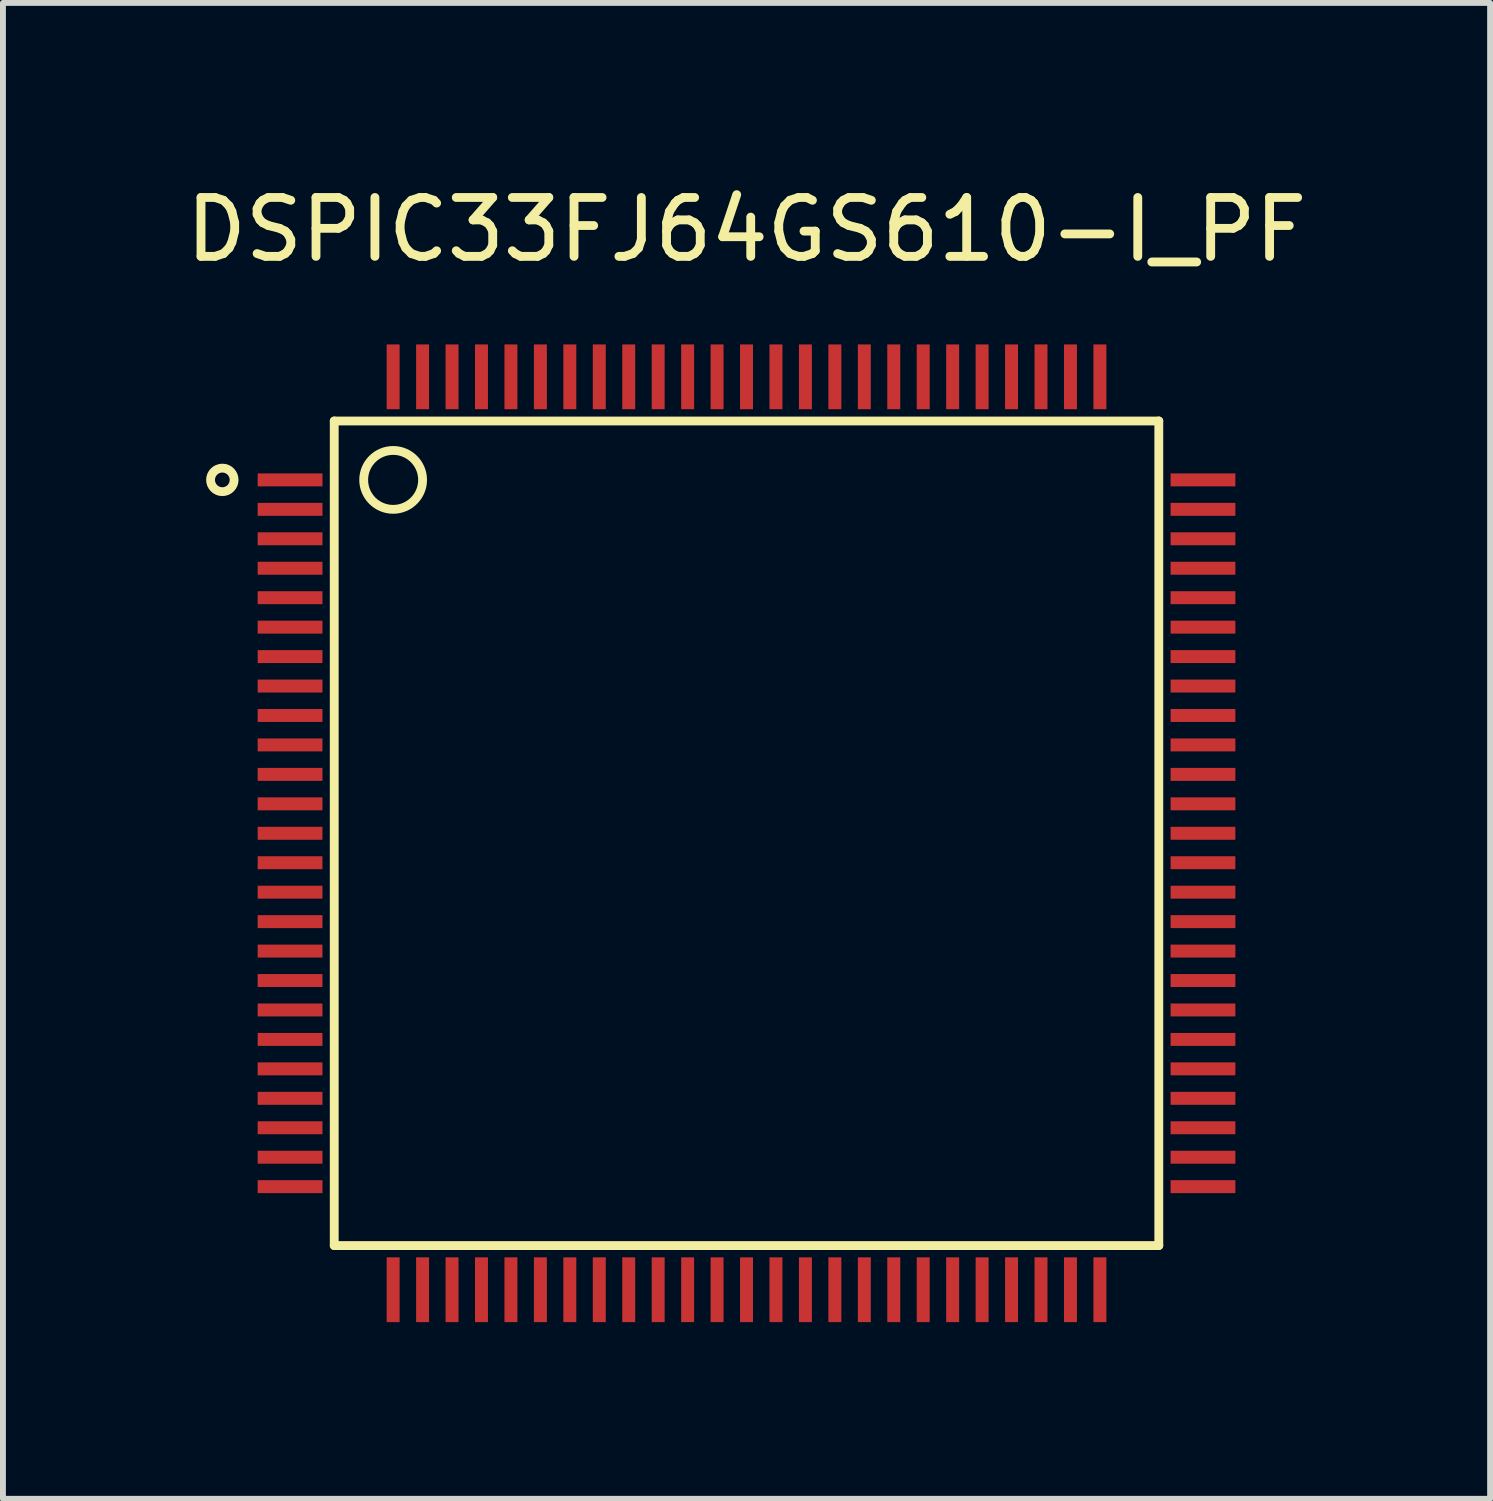
<source format=kicad_pcb>
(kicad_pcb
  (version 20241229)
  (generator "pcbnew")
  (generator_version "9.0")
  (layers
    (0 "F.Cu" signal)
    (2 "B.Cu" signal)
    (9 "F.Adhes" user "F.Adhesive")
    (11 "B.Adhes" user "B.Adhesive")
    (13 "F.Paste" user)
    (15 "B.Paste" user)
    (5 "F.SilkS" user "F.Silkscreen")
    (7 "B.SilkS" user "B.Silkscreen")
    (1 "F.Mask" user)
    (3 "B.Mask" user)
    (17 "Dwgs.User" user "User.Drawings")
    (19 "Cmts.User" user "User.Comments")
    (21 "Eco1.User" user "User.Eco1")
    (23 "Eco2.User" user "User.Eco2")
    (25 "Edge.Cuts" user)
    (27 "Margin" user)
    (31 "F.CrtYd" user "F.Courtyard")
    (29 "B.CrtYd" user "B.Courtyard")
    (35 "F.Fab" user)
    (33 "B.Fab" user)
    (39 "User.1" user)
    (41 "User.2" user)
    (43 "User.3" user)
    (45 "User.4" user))
  (footprint "DSPIC33FJ64GS610-I_PF"
    (layer "F.Cu")
    (at 1.875 3.348)
    (property "Reference" "DSPIC33FJ64GS610-I_PF" (at 7.75 -2.5 0) (layer "F.SilkS") (effects (font (size 1 1) (thickness 0.15))))
    (attr through_hole)
    (fp_line (start 0.75 0.75) (end 0.75 14.75) (stroke (width 0.15) (type solid)) (layer "F.SilkS"))
    (fp_line (start 0.75 0.75) (end 14.75 0.75) (stroke (width 0.15) (type solid)) (layer "F.SilkS"))
    (fp_line (start 0.75 14.75) (end 14.75 14.75) (stroke (width 0.15) (type solid)) (layer "F.SilkS"))
    (fp_line (start 14.75 14.75) (end 14.75 0.75) (stroke (width 0.15) (type solid)) (layer "F.SilkS"))
    (fp_circle (center -1.15 1.75) (end -1.15 1.55) (stroke (width 0.15) (type solid)) (fill no) (layer "F.SilkS"))
    (fp_circle (center 1.75 1.75) (end 1.75 1.25) (stroke (width 0.15) (type solid)) (fill no) (layer "F.SilkS"))
    (pad "1" smd rect (at 0 1.75) (size 1.1 0.22) (layers "F.Cu" "F.Mask" "F.Paste"))
    (pad "2" smd rect (at 0 2.25) (size 1.1 0.22) (layers "F.Cu" "F.Mask" "F.Paste"))
    (pad "3" smd rect (at 0 2.75) (size 1.1 0.22) (layers "F.Cu" "F.Mask" "F.Paste"))
    (pad "4" smd rect (at 0 3.25) (size 1.1 0.22) (layers "F.Cu" "F.Mask" "F.Paste"))
    (pad "5" smd rect (at 0 3.75) (size 1.1 0.22) (layers "F.Cu" "F.Mask" "F.Paste"))
    (pad "6" smd rect (at 0 4.25) (size 1.1 0.22) (layers "F.Cu" "F.Mask" "F.Paste"))
    (pad "7" smd rect (at 0 4.75) (size 1.1 0.22) (layers "F.Cu" "F.Mask" "F.Paste"))
    (pad "8" smd rect (at 0 5.25) (size 1.1 0.22) (layers "F.Cu" "F.Mask" "F.Paste"))
    (pad "9" smd rect (at 0 5.75) (size 1.1 0.22) (layers "F.Cu" "F.Mask" "F.Paste"))
    (pad "10" smd rect (at 0 6.25) (size 1.1 0.22) (layers "F.Cu" "F.Mask" "F.Paste"))
    (pad "11" smd rect (at 0 6.75) (size 1.1 0.22) (layers "F.Cu" "F.Mask" "F.Paste"))
    (pad "12" smd rect (at 0 7.25) (size 1.1 0.22) (layers "F.Cu" "F.Mask" "F.Paste"))
    (pad "13" smd rect (at 0 7.75) (size 1.1 0.22) (layers "F.Cu" "F.Mask" "F.Paste"))
    (pad "14" smd rect (at 0 8.25) (size 1.1 0.22) (layers "F.Cu" "F.Mask" "F.Paste"))
    (pad "15" smd rect (at 0 8.75) (size 1.1 0.22) (layers "F.Cu" "F.Mask" "F.Paste"))
    (pad "16" smd rect (at 0 9.25) (size 1.1 0.22) (layers "F.Cu" "F.Mask" "F.Paste"))
    (pad "17" smd rect (at 0 9.75) (size 1.1 0.22) (layers "F.Cu" "F.Mask" "F.Paste"))
    (pad "18" smd rect (at 0 10.25) (size 1.1 0.22) (layers "F.Cu" "F.Mask" "F.Paste"))
    (pad "19" smd rect (at 0 10.75) (size 1.1 0.22) (layers "F.Cu" "F.Mask" "F.Paste"))
    (pad "20" smd rect (at 0 11.25) (size 1.1 0.22) (layers "F.Cu" "F.Mask" "F.Paste"))
    (pad "21" smd rect (at 0 11.75) (size 1.1 0.22) (layers "F.Cu" "F.Mask" "F.Paste"))
    (pad "22" smd rect (at 0 12.25) (size 1.1 0.22) (layers "F.Cu" "F.Mask" "F.Paste"))
    (pad "23" smd rect (at 0 12.75) (size 1.1 0.22) (layers "F.Cu" "F.Mask" "F.Paste"))
    (pad "24" smd rect (at 0 13.25) (size 1.1 0.22) (layers "F.Cu" "F.Mask" "F.Paste"))
    (pad "25" smd rect (at 0 13.75) (size 1.1 0.22) (layers "F.Cu" "F.Mask" "F.Paste"))
    (pad "26" smd rect (at 1.75 15.5) (size 0.22 1.1) (layers "F.Cu" "F.Mask" "F.Paste"))
    (pad "27" smd rect (at 2.25 15.5) (size 0.22 1.1) (layers "F.Cu" "F.Mask" "F.Paste"))
    (pad "28" smd rect (at 2.75 15.5) (size 0.22 1.1) (layers "F.Cu" "F.Mask" "F.Paste"))
    (pad "29" smd rect (at 3.25 15.5) (size 0.22 1.1) (layers "F.Cu" "F.Mask" "F.Paste"))
    (pad "30" smd rect (at 3.75 15.5) (size 0.22 1.1) (layers "F.Cu" "F.Mask" "F.Paste"))
    (pad "31" smd rect (at 4.25 15.5) (size 0.22 1.1) (layers "F.Cu" "F.Mask" "F.Paste"))
    (pad "32" smd rect (at 4.75 15.5) (size 0.22 1.1) (layers "F.Cu" "F.Mask" "F.Paste"))
    (pad "33" smd rect (at 5.25 15.5) (size 0.22 1.1) (layers "F.Cu" "F.Mask" "F.Paste"))
    (pad "34" smd rect (at 5.75 15.5) (size 0.22 1.1) (layers "F.Cu" "F.Mask" "F.Paste"))
    (pad "35" smd rect (at 6.25 15.5) (size 0.22 1.1) (layers "F.Cu" "F.Mask" "F.Paste"))
    (pad "36" smd rect (at 6.75 15.5) (size 0.22 1.1) (layers "F.Cu" "F.Mask" "F.Paste"))
    (pad "37" smd rect (at 7.25 15.5) (size 0.22 1.1) (layers "F.Cu" "F.Mask" "F.Paste"))
    (pad "38" smd rect (at 7.75 15.5) (size 0.22 1.1) (layers "F.Cu" "F.Mask" "F.Paste"))
    (pad "39" smd rect (at 8.25 15.5) (size 0.22 1.1) (layers "F.Cu" "F.Mask" "F.Paste"))
    (pad "40" smd rect (at 8.75 15.5) (size 0.22 1.1) (layers "F.Cu" "F.Mask" "F.Paste"))
    (pad "41" smd rect (at 9.25 15.5) (size 0.22 1.1) (layers "F.Cu" "F.Mask" "F.Paste"))
    (pad "42" smd rect (at 9.75 15.5) (size 0.22 1.1) (layers "F.Cu" "F.Mask" "F.Paste"))
    (pad "43" smd rect (at 10.25 15.5) (size 0.22 1.1) (layers "F.Cu" "F.Mask" "F.Paste"))
    (pad "44" smd rect (at 10.75 15.5) (size 0.22 1.1) (layers "F.Cu" "F.Mask" "F.Paste"))
    (pad "45" smd rect (at 11.25 15.5) (size 0.22 1.1) (layers "F.Cu" "F.Mask" "F.Paste"))
    (pad "46" smd rect (at 11.75 15.5) (size 0.22 1.1) (layers "F.Cu" "F.Mask" "F.Paste"))
    (pad "47" smd rect (at 12.25 15.5) (size 0.22 1.1) (layers "F.Cu" "F.Mask" "F.Paste"))
    (pad "48" smd rect (at 12.75 15.5) (size 0.22 1.1) (layers "F.Cu" "F.Mask" "F.Paste"))
    (pad "49" smd rect (at 13.25 15.5) (size 0.22 1.1) (layers "F.Cu" "F.Mask" "F.Paste"))
    (pad "50" smd rect (at 13.75 15.5) (size 0.22 1.1) (layers "F.Cu" "F.Mask" "F.Paste"))
    (pad "51" smd rect (at 15.5 13.75) (size 1.1 0.22) (layers "F.Cu" "F.Mask" "F.Paste"))
    (pad "52" smd rect (at 15.5 13.25) (size 1.1 0.22) (layers "F.Cu" "F.Mask" "F.Paste"))
    (pad "53" smd rect (at 15.5 12.75) (size 1.1 0.22) (layers "F.Cu" "F.Mask" "F.Paste"))
    (pad "54" smd rect (at 15.5 12.25) (size 1.1 0.22) (layers "F.Cu" "F.Mask" "F.Paste"))
    (pad "55" smd rect (at 15.5 11.75) (size 1.1 0.22) (layers "F.Cu" "F.Mask" "F.Paste"))
    (pad "56" smd rect (at 15.5 11.25) (size 1.1 0.22) (layers "F.Cu" "F.Mask" "F.Paste"))
    (pad "57" smd rect (at 15.5 10.75) (size 1.1 0.22) (layers "F.Cu" "F.Mask" "F.Paste"))
    (pad "58" smd rect (at 15.5 10.25) (size 1.1 0.22) (layers "F.Cu" "F.Mask" "F.Paste"))
    (pad "59" smd rect (at 15.5 9.75) (size 1.1 0.22) (layers "F.Cu" "F.Mask" "F.Paste"))
    (pad "60" smd rect (at 15.5 9.25) (size 1.1 0.22) (layers "F.Cu" "F.Mask" "F.Paste"))
    (pad "61" smd rect (at 15.5 8.75) (size 1.1 0.22) (layers "F.Cu" "F.Mask" "F.Paste"))
    (pad "62" smd rect (at 15.5 8.25) (size 1.1 0.22) (layers "F.Cu" "F.Mask" "F.Paste"))
    (pad "63" smd rect (at 15.5 7.75) (size 1.1 0.22) (layers "F.Cu" "F.Mask" "F.Paste"))
    (pad "64" smd rect (at 15.5 7.25) (size 1.1 0.22) (layers "F.Cu" "F.Mask" "F.Paste"))
    (pad "65" smd rect (at 15.5 6.75) (size 1.1 0.22) (layers "F.Cu" "F.Mask" "F.Paste"))
    (pad "66" smd rect (at 15.5 6.25) (size 1.1 0.22) (layers "F.Cu" "F.Mask" "F.Paste"))
    (pad "67" smd rect (at 15.5 5.75) (size 1.1 0.22) (layers "F.Cu" "F.Mask" "F.Paste"))
    (pad "68" smd rect (at 15.5 5.25) (size 1.1 0.22) (layers "F.Cu" "F.Mask" "F.Paste"))
    (pad "69" smd rect (at 15.5 4.75) (size 1.1 0.22) (layers "F.Cu" "F.Mask" "F.Paste"))
    (pad "70" smd rect (at 15.5 4.25) (size 1.1 0.22) (layers "F.Cu" "F.Mask" "F.Paste"))
    (pad "71" smd rect (at 15.5 3.75) (size 1.1 0.22) (layers "F.Cu" "F.Mask" "F.Paste"))
    (pad "72" smd rect (at 15.5 3.25) (size 1.1 0.22) (layers "F.Cu" "F.Mask" "F.Paste"))
    (pad "73" smd rect (at 15.5 2.75) (size 1.1 0.22) (layers "F.Cu" "F.Mask" "F.Paste"))
    (pad "74" smd rect (at 15.5 2.25) (size 1.1 0.22) (layers "F.Cu" "F.Mask" "F.Paste"))
    (pad "75" smd rect (at 15.5 1.75) (size 1.1 0.22) (layers "F.Cu" "F.Mask" "F.Paste"))
    (pad "76" smd rect (at 13.75 0) (size 0.22 1.1) (layers "F.Cu" "F.Mask" "F.Paste"))
    (pad "77" smd rect (at 13.25 0) (size 0.22 1.1) (layers "F.Cu" "F.Mask" "F.Paste"))
    (pad "78" smd rect (at 12.75 0) (size 0.22 1.1) (layers "F.Cu" "F.Mask" "F.Paste"))
    (pad "79" smd rect (at 12.25 0) (size 0.22 1.1) (layers "F.Cu" "F.Mask" "F.Paste"))
    (pad "80" smd rect (at 11.75 0) (size 0.22 1.1) (layers "F.Cu" "F.Mask" "F.Paste"))
    (pad "81" smd rect (at 11.25 0) (size 0.22 1.1) (layers "F.Cu" "F.Mask" "F.Paste"))
    (pad "82" smd rect (at 10.75 0) (size 0.22 1.1) (layers "F.Cu" "F.Mask" "F.Paste"))
    (pad "83" smd rect (at 10.25 0) (size 0.22 1.1) (layers "F.Cu" "F.Mask" "F.Paste"))
    (pad "84" smd rect (at 9.75 0) (size 0.22 1.1) (layers "F.Cu" "F.Mask" "F.Paste"))
    (pad "85" smd rect (at 9.25 0) (size 0.22 1.1) (layers "F.Cu" "F.Mask" "F.Paste"))
    (pad "86" smd rect (at 8.75 0) (size 0.22 1.1) (layers "F.Cu" "F.Mask" "F.Paste"))
    (pad "87" smd rect (at 8.25 0) (size 0.22 1.1) (layers "F.Cu" "F.Mask" "F.Paste"))
    (pad "88" smd rect (at 7.75 0) (size 0.22 1.1) (layers "F.Cu" "F.Mask" "F.Paste"))
    (pad "89" smd rect (at 7.25 0) (size 0.22 1.1) (layers "F.Cu" "F.Mask" "F.Paste"))
    (pad "90" smd rect (at 6.75 0) (size 0.22 1.1) (layers "F.Cu" "F.Mask" "F.Paste"))
    (pad "91" smd rect (at 6.25 0) (size 0.22 1.1) (layers "F.Cu" "F.Mask" "F.Paste"))
    (pad "92" smd rect (at 5.75 0) (size 0.22 1.1) (layers "F.Cu" "F.Mask" "F.Paste"))
    (pad "93" smd rect (at 5.25 0) (size 0.22 1.1) (layers "F.Cu" "F.Mask" "F.Paste"))
    (pad "94" smd rect (at 4.75 0) (size 0.22 1.1) (layers "F.Cu" "F.Mask" "F.Paste"))
    (pad "95" smd rect (at 4.25 0) (size 0.22 1.1) (layers "F.Cu" "F.Mask" "F.Paste"))
    (pad "96" smd rect (at 3.75 0) (size 0.22 1.1) (layers "F.Cu" "F.Mask" "F.Paste"))
    (pad "97" smd rect (at 3.25 0) (size 0.22 1.1) (layers "F.Cu" "F.Mask" "F.Paste"))
    (pad "98" smd rect (at 2.75 0) (size 0.22 1.1) (layers "F.Cu" "F.Mask" "F.Paste"))
    (pad "99" smd rect (at 2.25 0) (size 0.22 1.1) (layers "F.Cu" "F.Mask" "F.Paste"))
    (pad "100" smd rect (at 1.75 0) (size 0.22 1.1) (layers "F.Cu" "F.Mask" "F.Paste")))
  (gr_rect
    (start -3 -3)
    (end 22.25 22.398)
    (stroke (width 0.1) (type default))
    (fill no)
    (layer "Edge.Cuts")))
</source>
